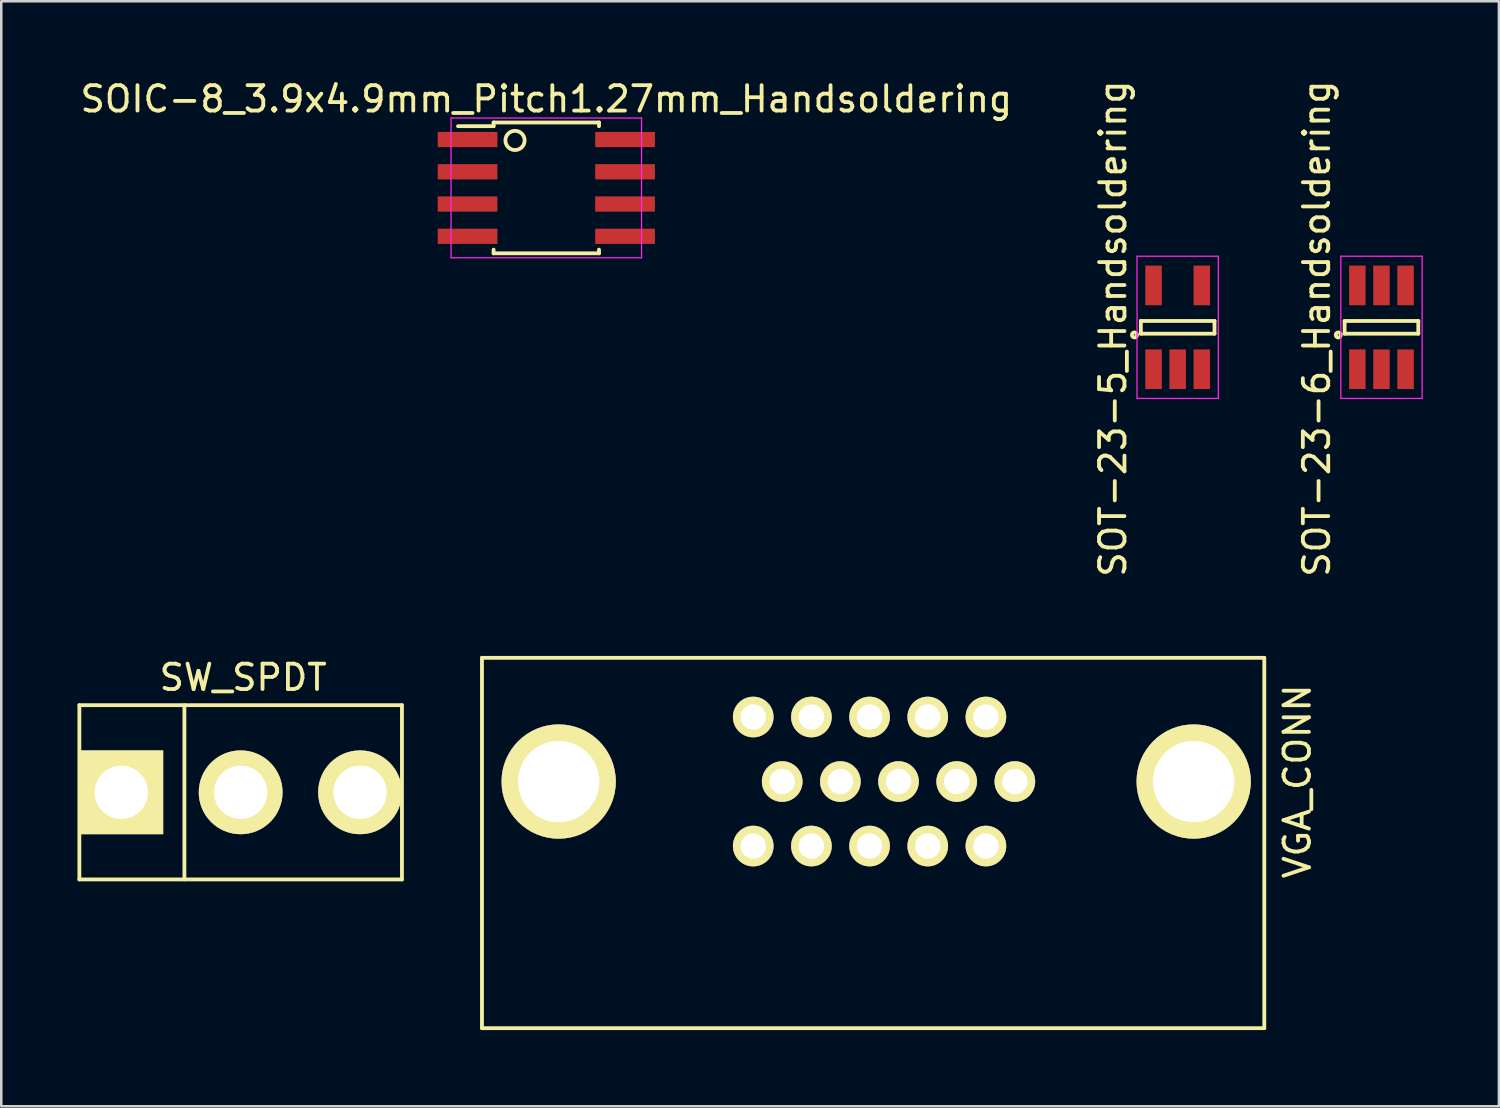
<source format=kicad_pcb>
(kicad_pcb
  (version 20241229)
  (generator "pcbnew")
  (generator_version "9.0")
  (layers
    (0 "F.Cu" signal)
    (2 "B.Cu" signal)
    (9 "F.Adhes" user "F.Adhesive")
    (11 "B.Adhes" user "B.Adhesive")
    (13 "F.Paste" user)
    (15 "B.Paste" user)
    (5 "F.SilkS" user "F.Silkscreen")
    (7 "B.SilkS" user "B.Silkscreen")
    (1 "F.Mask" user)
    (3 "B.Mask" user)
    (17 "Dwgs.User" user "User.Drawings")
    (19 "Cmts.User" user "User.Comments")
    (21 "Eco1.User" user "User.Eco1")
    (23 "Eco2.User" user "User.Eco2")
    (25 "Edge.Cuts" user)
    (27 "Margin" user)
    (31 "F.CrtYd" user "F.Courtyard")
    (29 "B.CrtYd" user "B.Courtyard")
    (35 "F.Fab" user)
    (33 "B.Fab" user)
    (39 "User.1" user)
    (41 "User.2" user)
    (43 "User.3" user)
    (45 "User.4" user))
  (footprint "SOT-23-6_Handsoldering"
    (layer "F.Cu")
    (at 51.338 9.837)
    (property "Reference" "SOT-23-6_Handsoldering" (at -2.55 0.05 90) (layer "F.SilkS") (effects (font (size 1 1) (thickness 0.15))))
    (attr smd)
    (fp_line (start -1.45 -0.25) (end -1.45 0.25) (stroke (width 0.15) (type solid)) (layer "F.SilkS"))
    (fp_line (start -1.45 0.25) (end 1.45 0.25) (stroke (width 0.15) (type solid)) (layer "F.SilkS"))
    (fp_line (start 1.45 -0.25) (end -1.45 -0.25) (stroke (width 0.15) (type solid)) (layer "F.SilkS"))
    (fp_line (start 1.45 0.25) (end 1.45 -0.25) (stroke (width 0.15) (type solid)) (layer "F.SilkS"))
    (fp_circle (center -1.7 0.3) (end -1.7 0.2) (stroke (width 0.15) (type solid)) (fill no) (layer "F.SilkS"))
    (fp_line (start -1.6 -2.8) (end 1.6 -2.8) (stroke (width 0.05) (type solid)) (layer "F.CrtYd"))
    (fp_line (start -1.6 2.8) (end -1.6 -2.8) (stroke (width 0.05) (type solid)) (layer "F.CrtYd"))
    (fp_line (start 1.6 -2.8) (end 1.6 2.8) (stroke (width 0.05) (type solid)) (layer "F.CrtYd"))
    (fp_line (start 1.6 2.8) (end -1.6 2.8) (stroke (width 0.05) (type solid)) (layer "F.CrtYd"))
    (pad "1" smd rect (at -0.95 1.65 90) (size 1.56 0.65) (layers "F.Cu" "F.Mask" "F.Paste"))
    (pad "2" smd rect (at 0 1.65 90) (size 1.56 0.65) (layers "F.Cu" "F.Mask" "F.Paste"))
    (pad "3" smd rect (at 0.95 1.65 90) (size 1.56 0.65) (layers "F.Cu" "F.Mask" "F.Paste"))
    (pad "4" smd rect (at 0.95 -1.65 90) (size 1.56 0.65) (layers "F.Cu" "F.Mask" "F.Paste"))
    (pad "5" smd rect (at 0 -1.65 90) (size 1.56 0.65) (layers "F.Cu" "F.Mask" "F.Paste"))
    (pad "6" smd rect (at -0.95 -1.65 90) (size 1.56 0.65) (layers "F.Cu" "F.Mask" "F.Paste")))
  (footprint "SOT-23-5_Handsoldering"
    (layer "F.Cu")
    (at 43.315 9.837)
    (property "Reference" "SOT-23-5_Handsoldering" (at -2.55 0.05 90) (layer "F.SilkS") (effects (font (size 1 1) (thickness 0.15))))
    (attr smd)
    (fp_line (start -1.45 -0.25) (end -1.45 0.25) (stroke (width 0.15) (type solid)) (layer "F.SilkS"))
    (fp_line (start -1.45 0.25) (end 1.45 0.25) (stroke (width 0.15) (type solid)) (layer "F.SilkS"))
    (fp_line (start 1.45 -0.25) (end -1.45 -0.25) (stroke (width 0.15) (type solid)) (layer "F.SilkS"))
    (fp_line (start 1.45 0.25) (end 1.45 -0.25) (stroke (width 0.15) (type solid)) (layer "F.SilkS"))
    (fp_circle (center -1.7 0.3) (end -1.7 0.2) (stroke (width 0.15) (type solid)) (fill no) (layer "F.SilkS"))
    (fp_line (start -1.6 -2.8) (end 1.6 -2.8) (stroke (width 0.05) (type solid)) (layer "F.CrtYd"))
    (fp_line (start -1.6 2.8) (end -1.6 -2.8) (stroke (width 0.05) (type solid)) (layer "F.CrtYd"))
    (fp_line (start 1.6 -2.8) (end 1.6 2.8) (stroke (width 0.05) (type solid)) (layer "F.CrtYd"))
    (fp_line (start 1.6 2.8) (end -1.6 2.8) (stroke (width 0.05) (type solid)) (layer "F.CrtYd"))
    (pad "1" smd rect (at -0.95 1.65 90) (size 1.56 0.65) (layers "F.Cu" "F.Mask" "F.Paste"))
    (pad "2" smd rect (at 0 1.65 90) (size 1.56 0.65) (layers "F.Cu" "F.Mask" "F.Paste"))
    (pad "3" smd rect (at 0.95 1.65 90) (size 1.56 0.65) (layers "F.Cu" "F.Mask" "F.Paste"))
    (pad "4" smd rect (at 0.95 -1.65 90) (size 1.56 0.65) (layers "F.Cu" "F.Mask" "F.Paste"))
    (pad "5" smd rect (at -0.95 -1.65 90) (size 1.56 0.65) (layers "F.Cu" "F.Mask" "F.Paste")))
  (footprint "VGA_CONN"
    (layer "F.Cu")
    (at 32.325 27.719)
    (property "Reference" "VGA_CONN" (at 15.702 -0.005 90) (layer "F.SilkS") (effects (font (size 1 1) (thickness 0.15))))
    (attr through_hole)
    (fp_line (start -16.4 9.71) (end -16.4 -4.87) (stroke (width 0.15) (type solid)) (layer "F.SilkS"))
    (fp_line (start 14.4 -4.87) (end -16.4 -4.87) (stroke (width 0.15) (type solid)) (layer "F.SilkS"))
    (fp_line (start 14.4 -4.87) (end 14.4 9.71) (stroke (width 0.15) (type solid)) (layer "F.SilkS"))
    (fp_line (start 14.4 9.71) (end -16.4 9.71) (stroke (width 0.15) (type solid)) (layer "F.SilkS"))
    (pad "1" thru_hole circle (at 3.44 -2.54) (size 1.6 1.6) (drill 1) (layers "*.Cu" "*.Mask" "F.SilkS"))
    (pad "2" thru_hole circle (at 1.15 -2.54) (size 1.6 1.6) (drill 1) (layers "*.Cu" "*.Mask" "F.SilkS"))
    (pad "3" thru_hole circle (at -1.14 -2.54) (size 1.6 1.6) (drill 1) (layers "*.Cu" "*.Mask" "F.SilkS"))
    (pad "4" thru_hole circle (at -3.43 -2.54) (size 1.6 1.6) (drill 1) (layers "*.Cu" "*.Mask" "F.SilkS"))
    (pad "5" thru_hole circle (at -5.72 -2.54) (size 1.6 1.6) (drill 1) (layers "*.Cu" "*.Mask" "F.SilkS"))
    (pad "6" thru_hole circle (at 4.58 0) (size 1.6 1.6) (drill 1) (layers "*.Cu" "*.Mask" "F.SilkS"))
    (pad "7" thru_hole circle (at 2.29 0) (size 1.6 1.6) (drill 1) (layers "*.Cu" "*.Mask" "F.SilkS"))
    (pad "8" thru_hole circle (at 0 0) (size 1.6 1.6) (drill 1) (layers "*.Cu" "*.Mask" "F.SilkS"))
    (pad "9" thru_hole circle (at -2.29 0) (size 1.6 1.6) (drill 1) (layers "*.Cu" "*.Mask" "F.SilkS"))
    (pad "10" thru_hole circle (at -13.38 0) (size 4.5 4.5) (drill 3.2) (layers "*.Cu" "*.Mask" "F.SilkS"))
    (pad "10" thru_hole circle (at -4.58 0) (size 1.6 1.6) (drill 1) (layers "*.Cu" "*.Mask" "F.SilkS"))
    (pad "10" thru_hole circle (at 11.62 0) (size 4.5 4.5) (drill 3.2) (layers "*.Cu" "*.Mask" "F.SilkS"))
    (pad "11" thru_hole circle (at 3.44 2.54) (size 1.6 1.6) (drill 1) (layers "*.Cu" "*.Mask" "F.SilkS"))
    (pad "12" thru_hole circle (at 1.15 2.54) (size 1.6 1.6) (drill 1) (layers "*.Cu" "*.Mask" "F.SilkS"))
    (pad "13" thru_hole circle (at -1.14 2.54) (size 1.6 1.6) (drill 1) (layers "*.Cu" "*.Mask" "F.SilkS"))
    (pad "14" thru_hole circle (at -3.43 2.54) (size 1.6 1.6) (drill 1) (layers "*.Cu" "*.Mask" "F.SilkS"))
    (pad "15" thru_hole circle (at -5.72 2.54) (size 1.6 1.6) (drill 1) (layers "*.Cu" "*.Mask" "F.SilkS")))
  (footprint "SOIC-8_3.9x4.9mm_Pitch1.27mm_Handsoldering"
    (layer "F.Cu")
    (at 18.458 4.348)
    (property "Reference" "SOIC-8_3.9x4.9mm_Pitch1.27mm_Handsoldering" (at 0 -3.5 0) (layer "F.SilkS") (effects (font (size 1 1) (thickness 0.15))))
    (attr smd)
    (fp_line (start -2.075 -2.575) (end -2.075 -2.43) (stroke (width 0.15) (type solid)) (layer "F.SilkS"))
    (fp_line (start -2.075 -2.575) (end 2.075 -2.575) (stroke (width 0.15) (type solid)) (layer "F.SilkS"))
    (fp_line (start -2.075 -2.43) (end -3.475 -2.43) (stroke (width 0.15) (type solid)) (layer "F.SilkS"))
    (fp_line (start -2.075 2.575) (end -2.075 2.43) (stroke (width 0.15) (type solid)) (layer "F.SilkS"))
    (fp_line (start -2.075 2.575) (end 2.075 2.575) (stroke (width 0.15) (type solid)) (layer "F.SilkS"))
    (fp_line (start 2.075 -2.575) (end 2.075 -2.43) (stroke (width 0.15) (type solid)) (layer "F.SilkS"))
    (fp_line (start 2.075 2.575) (end 2.075 2.43) (stroke (width 0.15) (type solid)) (layer "F.SilkS"))
    (fp_circle (center -1.232 -1.869) (end -0.942 -1.626) (stroke (width 0.15) (type solid)) (fill no) (layer "F.SilkS"))
    (fp_line (start -3.75 -2.75) (end -3.75 2.75) (stroke (width 0.05) (type solid)) (layer "F.CrtYd"))
    (fp_line (start -3.75 -2.75) (end 3.75 -2.75) (stroke (width 0.05) (type solid)) (layer "F.CrtYd"))
    (fp_line (start -3.75 2.75) (end 3.75 2.75) (stroke (width 0.05) (type solid)) (layer "F.CrtYd"))
    (fp_line (start 3.75 -2.75) (end 3.75 2.75) (stroke (width 0.05) (type solid)) (layer "F.CrtYd"))
    (pad "1" smd rect (at -3.1 -1.905) (size 2.35 0.6) (layers "F.Cu" "F.Mask" "F.Paste"))
    (pad "2" smd rect (at -3.1 -0.635) (size 2.35 0.6) (layers "F.Cu" "F.Mask" "F.Paste"))
    (pad "3" smd rect (at -3.1 0.635) (size 2.35 0.6) (layers "F.Cu" "F.Mask" "F.Paste"))
    (pad "4" smd rect (at -3.1 1.905) (size 2.35 0.6) (layers "F.Cu" "F.Mask" "F.Paste"))
    (pad "5" smd rect (at 3.1 1.905) (size 2.35 0.6) (layers "F.Cu" "F.Mask" "F.Paste"))
    (pad "6" smd rect (at 3.1 0.635) (size 2.35 0.6) (layers "F.Cu" "F.Mask" "F.Paste"))
    (pad "7" smd rect (at 3.1 -0.635) (size 2.35 0.6) (layers "F.Cu" "F.Mask" "F.Paste"))
    (pad "8" smd rect (at 3.1 -1.905) (size 2.35 0.6) (layers "F.Cu" "F.Mask" "F.Paste")))
  (footprint "SW_SPDT"
    (layer "F.Cu")
    (at 6.425 28.143)
    (property "Reference" "SW_SPDT" (at 0.099 -4.521 0) (layer "F.SilkS") (effects (font (size 1 1) (thickness 0.15))))
    (attr through_hole)
    (fp_line (start -6.35 -3.43) (end 6.35 -3.43) (stroke (width 0.15) (type solid)) (layer "F.SilkS"))
    (fp_line (start -6.35 3.43) (end -6.35 -3.43) (stroke (width 0.15) (type solid)) (layer "F.SilkS"))
    (fp_line (start -2.215 -3.43) (end -2.215 3.43) (stroke (width 0.15) (type solid)) (layer "F.SilkS"))
    (fp_line (start 6.35 -3.43) (end 6.35 3.43) (stroke (width 0.15) (type solid)) (layer "F.SilkS"))
    (fp_line (start 6.35 3.43) (end -6.35 3.43) (stroke (width 0.15) (type solid)) (layer "F.SilkS"))
    (pad "1" thru_hole rect (at -4.7 0) (size 3.3 3.3) (drill 2.1) (layers "*.Cu" "*.Mask" "F.SilkS"))
    (pad "2" thru_hole circle (at 0 0) (size 3.3 3.3) (drill 2.1) (layers "*.Cu" "*.Mask" "F.SilkS"))
    (pad "3" thru_hole circle (at 4.7 0) (size 3.3 3.3) (drill 2.1) (layers "*.Cu" "*.Mask" "F.SilkS")))
  (gr_rect
    (start -3 -3)
    (end 55.963 40.504)
    (stroke (width 0.1) (type default))
    (fill no)
    (layer "Edge.Cuts")))
</source>
